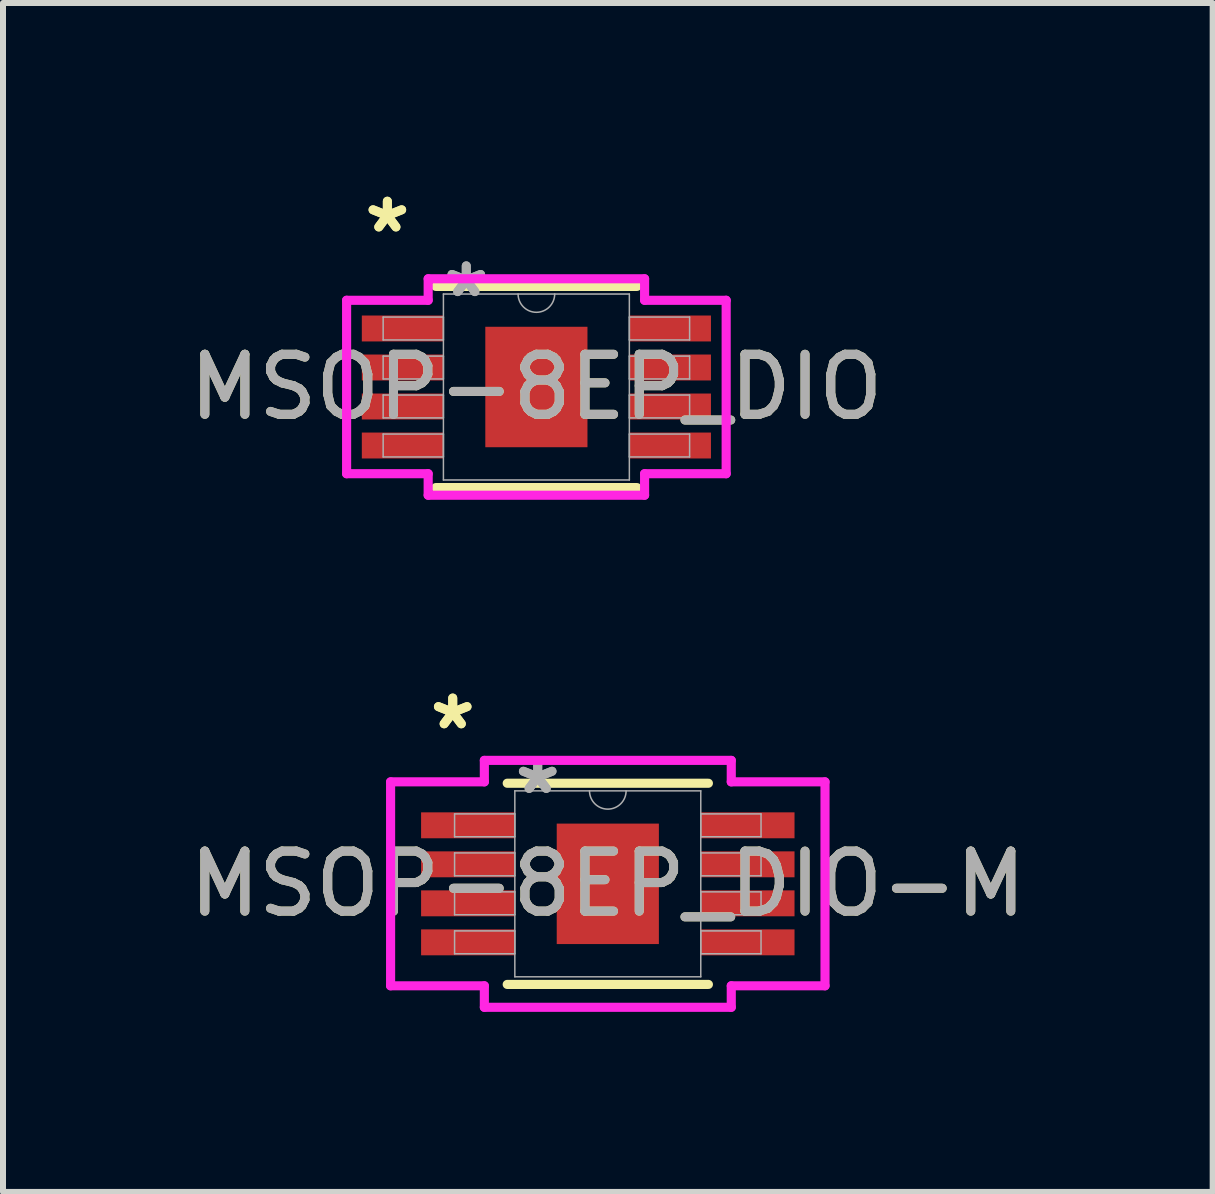
<source format=kicad_pcb>
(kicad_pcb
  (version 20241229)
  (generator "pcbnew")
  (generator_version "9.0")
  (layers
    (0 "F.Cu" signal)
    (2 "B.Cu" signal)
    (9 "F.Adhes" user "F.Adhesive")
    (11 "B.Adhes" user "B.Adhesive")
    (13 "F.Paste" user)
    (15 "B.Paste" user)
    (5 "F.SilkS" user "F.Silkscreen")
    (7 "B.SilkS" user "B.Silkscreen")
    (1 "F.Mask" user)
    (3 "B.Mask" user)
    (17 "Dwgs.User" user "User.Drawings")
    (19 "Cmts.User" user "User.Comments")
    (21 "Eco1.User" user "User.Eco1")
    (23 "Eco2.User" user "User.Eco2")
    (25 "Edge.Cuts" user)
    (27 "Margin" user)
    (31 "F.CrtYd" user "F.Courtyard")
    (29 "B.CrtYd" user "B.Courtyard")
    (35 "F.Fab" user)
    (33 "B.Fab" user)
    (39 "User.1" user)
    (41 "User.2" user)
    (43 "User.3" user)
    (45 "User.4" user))
  (footprint "MSOP-8EP_DIO"
    (layer "F.Cu")
    (at 5.887 3.398)
    (property "Reference" "MSOP-8EP_DIO" (at 0 0 0) (unlocked yes) (layer "F.SilkS") (effects (font (size 1 1) (thickness 0.15))))
    (attr smd)
    (fp_line (start -1.676 1.676) (end 1.676 1.676) (stroke (width 0.152) (type solid)) (layer "F.SilkS"))
    (fp_line (start 1.676 -1.676) (end -1.676 -1.676) (stroke (width 0.152) (type solid)) (layer "F.SilkS"))
    (fp_line (start -3.162 -1.445) (end -1.803 -1.445) (stroke (width 0.152) (type solid)) (layer "F.CrtYd"))
    (fp_line (start -3.162 1.445) (end -3.162 -1.445) (stroke (width 0.152) (type solid)) (layer "F.CrtYd"))
    (fp_line (start -3.162 1.445) (end -1.803 1.445) (stroke (width 0.152) (type solid)) (layer "F.CrtYd"))
    (fp_line (start -1.803 -1.803) (end 1.803 -1.803) (stroke (width 0.152) (type solid)) (layer "F.CrtYd"))
    (fp_line (start -1.803 -1.445) (end -1.803 -1.803) (stroke (width 0.152) (type solid)) (layer "F.CrtYd"))
    (fp_line (start -1.803 1.803) (end -1.803 1.445) (stroke (width 0.152) (type solid)) (layer "F.CrtYd"))
    (fp_line (start 1.803 -1.803) (end 1.803 -1.445) (stroke (width 0.152) (type solid)) (layer "F.CrtYd"))
    (fp_line (start 1.803 1.445) (end 1.803 1.803) (stroke (width 0.152) (type solid)) (layer "F.CrtYd"))
    (fp_line (start 1.803 1.803) (end -1.803 1.803) (stroke (width 0.152) (type solid)) (layer "F.CrtYd"))
    (fp_line (start 3.162 -1.445) (end 1.803 -1.445) (stroke (width 0.152) (type solid)) (layer "F.CrtYd"))
    (fp_line (start 3.162 -1.445) (end 3.162 1.445) (stroke (width 0.152) (type solid)) (layer "F.CrtYd"))
    (fp_line (start 3.162 1.445) (end 1.803 1.445) (stroke (width 0.152) (type solid)) (layer "F.CrtYd"))
    (fp_line (start -2.553 -1.165) (end -2.553 -0.784) (stroke (width 0.025) (type solid)) (layer "F.Fab"))
    (fp_line (start -2.553 -0.784) (end -1.549 -0.784) (stroke (width 0.025) (type solid)) (layer "F.Fab"))
    (fp_line (start -2.553 -0.515) (end -2.553 -0.134) (stroke (width 0.025) (type solid)) (layer "F.Fab"))
    (fp_line (start -2.553 -0.134) (end -1.549 -0.134) (stroke (width 0.025) (type solid)) (layer "F.Fab"))
    (fp_line (start -2.553 0.134) (end -2.553 0.515) (stroke (width 0.025) (type solid)) (layer "F.Fab"))
    (fp_line (start -2.553 0.515) (end -1.549 0.515) (stroke (width 0.025) (type solid)) (layer "F.Fab"))
    (fp_line (start -2.553 0.784) (end -2.553 1.165) (stroke (width 0.025) (type solid)) (layer "F.Fab"))
    (fp_line (start -2.553 1.165) (end -1.549 1.165) (stroke (width 0.025) (type solid)) (layer "F.Fab"))
    (fp_line (start -1.549 -1.549) (end -1.549 1.549) (stroke (width 0.025) (type solid)) (layer "F.Fab"))
    (fp_line (start -1.549 -1.165) (end -2.553 -1.165) (stroke (width 0.025) (type solid)) (layer "F.Fab"))
    (fp_line (start -1.549 -0.784) (end -1.549 -1.165) (stroke (width 0.025) (type solid)) (layer "F.Fab"))
    (fp_line (start -1.549 -0.515) (end -2.553 -0.515) (stroke (width 0.025) (type solid)) (layer "F.Fab"))
    (fp_line (start -1.549 -0.134) (end -1.549 -0.515) (stroke (width 0.025) (type solid)) (layer "F.Fab"))
    (fp_line (start -1.549 0.134) (end -2.553 0.134) (stroke (width 0.025) (type solid)) (layer "F.Fab"))
    (fp_line (start -1.549 0.515) (end -1.549 0.134) (stroke (width 0.025) (type solid)) (layer "F.Fab"))
    (fp_line (start -1.549 0.784) (end -2.553 0.784) (stroke (width 0.025) (type solid)) (layer "F.Fab"))
    (fp_line (start -1.549 1.165) (end -1.549 0.784) (stroke (width 0.025) (type solid)) (layer "F.Fab"))
    (fp_line (start -1.549 1.549) (end 1.549 1.549) (stroke (width 0.025) (type solid)) (layer "F.Fab"))
    (fp_line (start 1.549 -1.549) (end -1.549 -1.549) (stroke (width 0.025) (type solid)) (layer "F.Fab"))
    (fp_line (start 1.549 -1.165) (end 1.549 -0.784) (stroke (width 0.025) (type solid)) (layer "F.Fab"))
    (fp_line (start 1.549 -0.784) (end 2.553 -0.784) (stroke (width 0.025) (type solid)) (layer "F.Fab"))
    (fp_line (start 1.549 -0.515) (end 1.549 -0.134) (stroke (width 0.025) (type solid)) (layer "F.Fab"))
    (fp_line (start 1.549 -0.134) (end 2.553 -0.134) (stroke (width 0.025) (type solid)) (layer "F.Fab"))
    (fp_line (start 1.549 0.134) (end 1.549 0.515) (stroke (width 0.025) (type solid)) (layer "F.Fab"))
    (fp_line (start 1.549 0.515) (end 2.553 0.515) (stroke (width 0.025) (type solid)) (layer "F.Fab"))
    (fp_line (start 1.549 0.784) (end 1.549 1.165) (stroke (width 0.025) (type solid)) (layer "F.Fab"))
    (fp_line (start 1.549 1.165) (end 2.553 1.165) (stroke (width 0.025) (type solid)) (layer "F.Fab"))
    (fp_line (start 1.549 1.549) (end 1.549 -1.549) (stroke (width 0.025) (type solid)) (layer "F.Fab"))
    (fp_line (start 2.553 -1.165) (end 1.549 -1.165) (stroke (width 0.025) (type solid)) (layer "F.Fab"))
    (fp_line (start 2.553 -0.784) (end 2.553 -1.165) (stroke (width 0.025) (type solid)) (layer "F.Fab"))
    (fp_line (start 2.553 -0.515) (end 1.549 -0.515) (stroke (width 0.025) (type solid)) (layer "F.Fab"))
    (fp_line (start 2.553 -0.134) (end 2.553 -0.515) (stroke (width 0.025) (type solid)) (layer "F.Fab"))
    (fp_line (start 2.553 0.134) (end 1.549 0.134) (stroke (width 0.025) (type solid)) (layer "F.Fab"))
    (fp_line (start 2.553 0.515) (end 2.553 0.134) (stroke (width 0.025) (type solid)) (layer "F.Fab"))
    (fp_line (start 2.553 0.784) (end 1.549 0.784) (stroke (width 0.025) (type solid)) (layer "F.Fab"))
    (fp_line (start 2.553 1.165) (end 2.553 0.784) (stroke (width 0.025) (type solid)) (layer "F.Fab"))
    (fp_arc (start 0.3048 -1.5494) (mid 0 -1.2446) (end -0.3048 -1.5494) (stroke (width 0.0254) (type solid)) (layer "F.Fab"))
    (fp_text user "*" (at -2.483 -2.55 0) (layer "F.SilkS") (effects (font (size 1 1) (thickness 0.15))))
    (fp_text user "*" (at -2.483 -2.55 0) (unlocked yes) (layer "F.SilkS") (effects (font (size 1 1) (thickness 0.15))))
    (fp_text user "${REFERENCE}" (at 0 0 0) (unlocked yes) (layer "F.Fab") (effects (font (size 1 1) (thickness 0.15))))
    (fp_text user "*" (at -1.168 -1.473 0) (unlocked yes) (layer "F.Fab") (effects (font (size 1 1) (thickness 0.15))))
    (fp_text user "*" (at -1.168 -1.473 0) (layer "F.Fab") (effects (font (size 1 1) (thickness 0.15))))
    (pad "1" smd rect (at -2.229 -0.975) (size 1.359 0.432) (layers "F.Cu" "F.Mask" "F.Paste"))
    (pad "2" smd rect (at -2.229 -0.325) (size 1.359 0.432) (layers "F.Cu" "F.Mask" "F.Paste"))
    (pad "3" smd rect (at -2.229 0.325) (size 1.359 0.432) (layers "F.Cu" "F.Mask" "F.Paste"))
    (pad "4" smd rect (at -2.229 0.975) (size 1.359 0.432) (layers "F.Cu" "F.Mask" "F.Paste"))
    (pad "5" smd rect (at 2.229 0.975) (size 1.359 0.432) (layers "F.Cu" "F.Mask" "F.Paste"))
    (pad "6" smd rect (at 2.229 0.325) (size 1.359 0.432) (layers "F.Cu" "F.Mask" "F.Paste"))
    (pad "7" smd rect (at 2.229 -0.325) (size 1.359 0.432) (layers "F.Cu" "F.Mask" "F.Paste"))
    (pad "8" smd rect (at 2.229 -0.975) (size 1.359 0.432) (layers "F.Cu" "F.Mask" "F.Paste"))
    (pad "EPAD" smd rect (at 0 0) (size 1.702 2.007) (layers "F.Cu" "F.Mask" "F.Paste")))
  (footprint "MSOP-8EP_DIO-M"
    (layer "F.Cu")
    (at 7.077 11.676)
    (property "Reference" "MSOP-8EP_DIO-M" (at 0 0 0) (unlocked yes) (layer "F.SilkS") (effects (font (size 1 1) (thickness 0.15))))
    (attr smd)
    (fp_line (start -1.676 1.676) (end 1.676 1.676) (stroke (width 0.152) (type solid)) (layer "F.SilkS"))
    (fp_line (start 1.676 -1.676) (end -1.676 -1.676) (stroke (width 0.152) (type solid)) (layer "F.SilkS"))
    (fp_line (start -3.619 -1.699) (end -2.057 -1.699) (stroke (width 0.152) (type solid)) (layer "F.CrtYd"))
    (fp_line (start -3.619 1.699) (end -3.619 -1.699) (stroke (width 0.152) (type solid)) (layer "F.CrtYd"))
    (fp_line (start -3.619 1.699) (end -2.057 1.699) (stroke (width 0.152) (type solid)) (layer "F.CrtYd"))
    (fp_line (start -2.057 -2.057) (end 2.057 -2.057) (stroke (width 0.152) (type solid)) (layer "F.CrtYd"))
    (fp_line (start -2.057 -1.699) (end -2.057 -2.057) (stroke (width 0.152) (type solid)) (layer "F.CrtYd"))
    (fp_line (start -2.057 2.057) (end -2.057 1.699) (stroke (width 0.152) (type solid)) (layer "F.CrtYd"))
    (fp_line (start 2.057 -2.057) (end 2.057 -1.699) (stroke (width 0.152) (type solid)) (layer "F.CrtYd"))
    (fp_line (start 2.057 1.699) (end 2.057 2.057) (stroke (width 0.152) (type solid)) (layer "F.CrtYd"))
    (fp_line (start 2.057 2.057) (end -2.057 2.057) (stroke (width 0.152) (type solid)) (layer "F.CrtYd"))
    (fp_line (start 3.619 -1.699) (end 2.057 -1.699) (stroke (width 0.152) (type solid)) (layer "F.CrtYd"))
    (fp_line (start 3.619 -1.699) (end 3.619 1.699) (stroke (width 0.152) (type solid)) (layer "F.CrtYd"))
    (fp_line (start 3.619 1.699) (end 2.057 1.699) (stroke (width 0.152) (type solid)) (layer "F.CrtYd"))
    (fp_line (start -2.553 -1.165) (end -2.553 -0.784) (stroke (width 0.025) (type solid)) (layer "F.Fab"))
    (fp_line (start -2.553 -0.784) (end -1.549 -0.784) (stroke (width 0.025) (type solid)) (layer "F.Fab"))
    (fp_line (start -2.553 -0.515) (end -2.553 -0.134) (stroke (width 0.025) (type solid)) (layer "F.Fab"))
    (fp_line (start -2.553 -0.134) (end -1.549 -0.134) (stroke (width 0.025) (type solid)) (layer "F.Fab"))
    (fp_line (start -2.553 0.134) (end -2.553 0.515) (stroke (width 0.025) (type solid)) (layer "F.Fab"))
    (fp_line (start -2.553 0.515) (end -1.549 0.515) (stroke (width 0.025) (type solid)) (layer "F.Fab"))
    (fp_line (start -2.553 0.784) (end -2.553 1.165) (stroke (width 0.025) (type solid)) (layer "F.Fab"))
    (fp_line (start -2.553 1.165) (end -1.549 1.165) (stroke (width 0.025) (type solid)) (layer "F.Fab"))
    (fp_line (start -1.549 -1.549) (end -1.549 1.549) (stroke (width 0.025) (type solid)) (layer "F.Fab"))
    (fp_line (start -1.549 -1.165) (end -2.553 -1.165) (stroke (width 0.025) (type solid)) (layer "F.Fab"))
    (fp_line (start -1.549 -0.784) (end -1.549 -1.165) (stroke (width 0.025) (type solid)) (layer "F.Fab"))
    (fp_line (start -1.549 -0.515) (end -2.553 -0.515) (stroke (width 0.025) (type solid)) (layer "F.Fab"))
    (fp_line (start -1.549 -0.134) (end -1.549 -0.515) (stroke (width 0.025) (type solid)) (layer "F.Fab"))
    (fp_line (start -1.549 0.134) (end -2.553 0.134) (stroke (width 0.025) (type solid)) (layer "F.Fab"))
    (fp_line (start -1.549 0.515) (end -1.549 0.134) (stroke (width 0.025) (type solid)) (layer "F.Fab"))
    (fp_line (start -1.549 0.784) (end -2.553 0.784) (stroke (width 0.025) (type solid)) (layer "F.Fab"))
    (fp_line (start -1.549 1.165) (end -1.549 0.784) (stroke (width 0.025) (type solid)) (layer "F.Fab"))
    (fp_line (start -1.549 1.549) (end 1.549 1.549) (stroke (width 0.025) (type solid)) (layer "F.Fab"))
    (fp_line (start 1.549 -1.549) (end -1.549 -1.549) (stroke (width 0.025) (type solid)) (layer "F.Fab"))
    (fp_line (start 1.549 -1.165) (end 1.549 -0.784) (stroke (width 0.025) (type solid)) (layer "F.Fab"))
    (fp_line (start 1.549 -0.784) (end 2.553 -0.784) (stroke (width 0.025) (type solid)) (layer "F.Fab"))
    (fp_line (start 1.549 -0.515) (end 1.549 -0.134) (stroke (width 0.025) (type solid)) (layer "F.Fab"))
    (fp_line (start 1.549 -0.134) (end 2.553 -0.134) (stroke (width 0.025) (type solid)) (layer "F.Fab"))
    (fp_line (start 1.549 0.134) (end 1.549 0.515) (stroke (width 0.025) (type solid)) (layer "F.Fab"))
    (fp_line (start 1.549 0.515) (end 2.553 0.515) (stroke (width 0.025) (type solid)) (layer "F.Fab"))
    (fp_line (start 1.549 0.784) (end 1.549 1.165) (stroke (width 0.025) (type solid)) (layer "F.Fab"))
    (fp_line (start 1.549 1.165) (end 2.553 1.165) (stroke (width 0.025) (type solid)) (layer "F.Fab"))
    (fp_line (start 1.549 1.549) (end 1.549 -1.549) (stroke (width 0.025) (type solid)) (layer "F.Fab"))
    (fp_line (start 2.553 -1.165) (end 1.549 -1.165) (stroke (width 0.025) (type solid)) (layer "F.Fab"))
    (fp_line (start 2.553 -0.784) (end 2.553 -1.165) (stroke (width 0.025) (type solid)) (layer "F.Fab"))
    (fp_line (start 2.553 -0.515) (end 1.549 -0.515) (stroke (width 0.025) (type solid)) (layer "F.Fab"))
    (fp_line (start 2.553 -0.134) (end 2.553 -0.515) (stroke (width 0.025) (type solid)) (layer "F.Fab"))
    (fp_line (start 2.553 0.134) (end 1.549 0.134) (stroke (width 0.025) (type solid)) (layer "F.Fab"))
    (fp_line (start 2.553 0.515) (end 2.553 0.134) (stroke (width 0.025) (type solid)) (layer "F.Fab"))
    (fp_line (start 2.553 0.784) (end 1.549 0.784) (stroke (width 0.025) (type solid)) (layer "F.Fab"))
    (fp_line (start 2.553 1.165) (end 2.553 0.784) (stroke (width 0.025) (type solid)) (layer "F.Fab"))
    (fp_arc (start 0.3048 -1.5494) (mid 0 -1.2446) (end -0.3048 -1.5494) (stroke (width 0.0254) (type solid)) (layer "F.Fab"))
    (fp_text user "*" (at -2.584 -2.55 0) (layer "F.SilkS") (effects (font (size 1 1) (thickness 0.15))))
    (fp_text user "*" (at -2.584 -2.55 0) (unlocked yes) (layer "F.SilkS") (effects (font (size 1 1) (thickness 0.15))))
    (fp_text user "*" (at -1.168 -1.473 0) (unlocked yes) (layer "F.Fab") (effects (font (size 1 1) (thickness 0.15))))
    (fp_text user "*" (at -1.168 -1.473 0) (layer "F.Fab") (effects (font (size 1 1) (thickness 0.15))))
    (fp_text user "${REFERENCE}" (at 0 0 0) (unlocked yes) (layer "F.Fab") (effects (font (size 1 1) (thickness 0.15))))
    (pad "1" smd rect (at -2.33 -0.975) (size 1.562 0.432) (layers "F.Cu" "F.Mask" "F.Paste"))
    (pad "2" smd rect (at -2.33 -0.325) (size 1.562 0.432) (layers "F.Cu" "F.Mask" "F.Paste"))
    (pad "3" smd rect (at -2.33 0.325) (size 1.562 0.432) (layers "F.Cu" "F.Mask" "F.Paste"))
    (pad "4" smd rect (at -2.33 0.975) (size 1.562 0.432) (layers "F.Cu" "F.Mask" "F.Paste"))
    (pad "5" smd rect (at 2.33 0.975) (size 1.562 0.432) (layers "F.Cu" "F.Mask" "F.Paste"))
    (pad "6" smd rect (at 2.33 0.325) (size 1.562 0.432) (layers "F.Cu" "F.Mask" "F.Paste"))
    (pad "7" smd rect (at 2.33 -0.325) (size 1.562 0.432) (layers "F.Cu" "F.Mask" "F.Paste"))
    (pad "8" smd rect (at 2.33 -0.975) (size 1.562 0.432) (layers "F.Cu" "F.Mask" "F.Paste"))
    (pad "EPAD" smd rect (at 0 0) (size 1.702 2.007) (layers "F.Cu" "F.Mask" "F.Paste")))
  (gr_rect
    (start -3 -3)
    (end 17.155 16.809)
    (stroke (width 0.1) (type default))
    (fill no)
    (layer "Edge.Cuts")))
</source>
